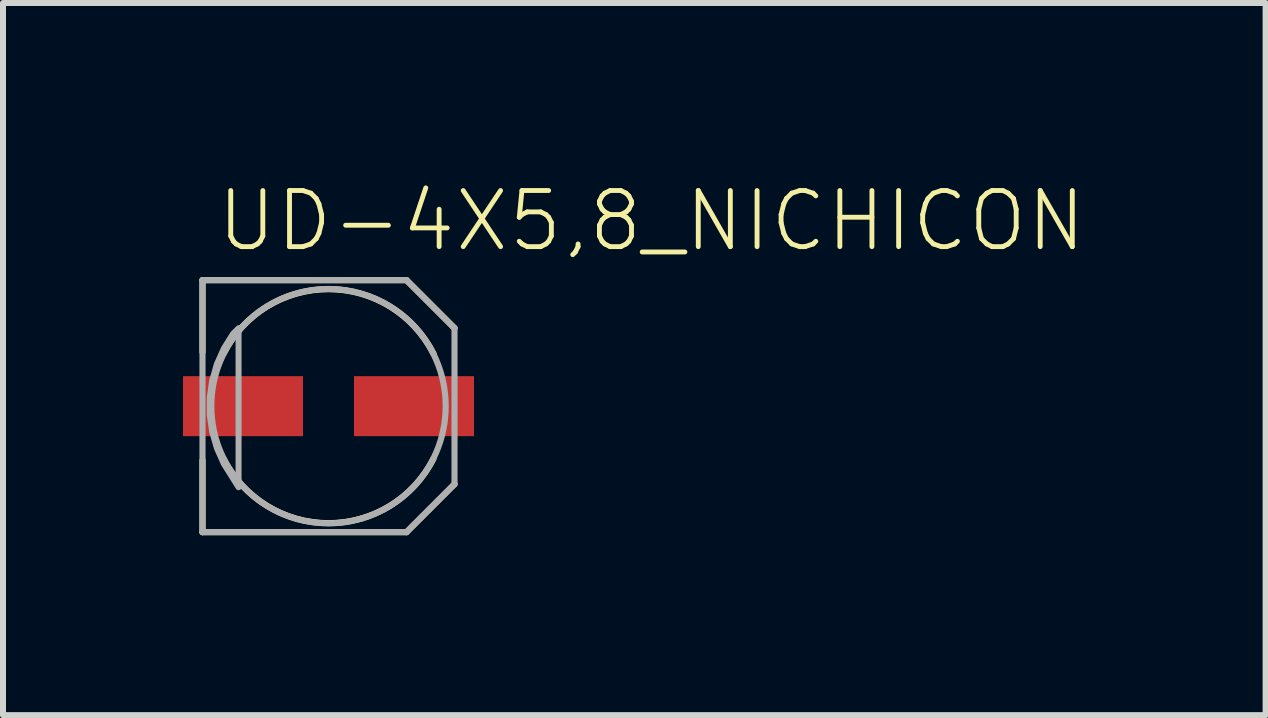
<source format=kicad_pcb>
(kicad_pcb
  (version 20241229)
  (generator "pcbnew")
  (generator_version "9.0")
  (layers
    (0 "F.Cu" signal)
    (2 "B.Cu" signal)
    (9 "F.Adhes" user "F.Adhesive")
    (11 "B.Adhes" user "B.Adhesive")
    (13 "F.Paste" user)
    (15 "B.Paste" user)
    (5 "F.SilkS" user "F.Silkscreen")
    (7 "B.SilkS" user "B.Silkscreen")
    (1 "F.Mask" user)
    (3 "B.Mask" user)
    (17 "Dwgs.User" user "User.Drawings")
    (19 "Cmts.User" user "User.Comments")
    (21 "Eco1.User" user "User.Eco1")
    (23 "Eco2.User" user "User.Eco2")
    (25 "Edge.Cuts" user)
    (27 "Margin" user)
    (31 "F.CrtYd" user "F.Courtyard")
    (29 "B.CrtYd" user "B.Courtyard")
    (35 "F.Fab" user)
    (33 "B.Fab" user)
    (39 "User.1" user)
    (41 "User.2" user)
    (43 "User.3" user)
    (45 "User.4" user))
  (footprint "UD-4X5,8_NICHICON"
    (layer "F.Cu")
    (at 2.425 3.719)
    (property "Reference" "UD-4X5,8_NICHICON" (at -1.905 -2.54 0) (layer "F.SilkS") (effects (font (size 0.935 0.935) (thickness 0.081)) (justify left bottom)))
    (fp_line (start -2.1 -2.1) (end 1.3 -2.1) (stroke (width 0.102) (type solid)) (layer "F.SilkS"))
    (fp_line (start -2.1 -0.9) (end -2.1 -2.1) (stroke (width 0.102) (type solid)) (layer "F.SilkS"))
    (fp_line (start -2.1 2.1) (end -2.1 0.9) (stroke (width 0.102) (type solid)) (layer "F.SilkS"))
    (fp_line (start 1.3 -2.1) (end 2.1 -1.3) (stroke (width 0.102) (type solid)) (layer "F.SilkS"))
    (fp_line (start 1.3 2.1) (end -2.1 2.1) (stroke (width 0.102) (type solid)) (layer "F.SilkS"))
    (fp_line (start 2.1 1.3) (end 1.3 2.1) (stroke (width 0.102) (type solid)) (layer "F.SilkS"))
    (fp_arc (start -1.75 -0.875) (mid -0.000001 -1.950175) (end 1.749999 -0.875002) (stroke (width 0.1016) (type solid)) (layer "F.SilkS"))
    (fp_arc (start 1.75 0.875) (mid 0.000001 1.950175) (end -1.749999 0.875002) (stroke (width 0.1016) (type solid)) (layer "F.SilkS"))
    (fp_line (start -2.1 -2.1) (end 1.3 -2.1) (stroke (width 0.102) (type solid)) (layer "F.Fab"))
    (fp_line (start -2.1 2.1) (end -2.1 -2.1) (stroke (width 0.102) (type solid)) (layer "F.Fab"))
    (fp_line (start 1.3 -2.1) (end 2.1 -1.3) (stroke (width 0.102) (type solid)) (layer "F.Fab"))
    (fp_line (start 1.3 2.1) (end -2.1 2.1) (stroke (width 0.102) (type solid)) (layer "F.Fab"))
    (fp_line (start 2.1 -1.3) (end 2.1 1.3) (stroke (width 0.102) (type solid)) (layer "F.Fab"))
    (fp_line (start 2.1 1.3) (end 1.3 2.1) (stroke (width 0.102) (type solid)) (layer "F.Fab"))
    (fp_circle (center 0 0) (end 1.953 0) (stroke (width 0.102) (type solid)) (fill no) (layer "F.Fab"))
    (fp_poly (pts (xy -1.499 1.351) (xy -1.743 0.963) (xy -1.86 0.701) (xy -1.939 0.426) (xy -1.979 0.143) (xy -1.979 -0.143) (xy -1.939 -0.426) (xy -1.86 -0.701) (xy -1.743 -0.963) (xy -1.59 -1.207) (xy -1.499 -1.298)) (stroke (width 0.1) (type solid)) (fill no) (layer "F.Fab"))
    (pad "+" smd rect (at 1.425 0) (size 2 1) (layers "F.Cu" "F.Mask" "F.Paste"))
    (pad "-" smd rect (at -1.425 0) (size 2 1) (layers "F.Cu" "F.Mask" "F.Paste")))
  (gr_rect
    (start -3 -3)
    (end 18.043 8.869)
    (stroke (width 0.1) (type default))
    (fill no)
    (layer "Edge.Cuts")))
</source>
